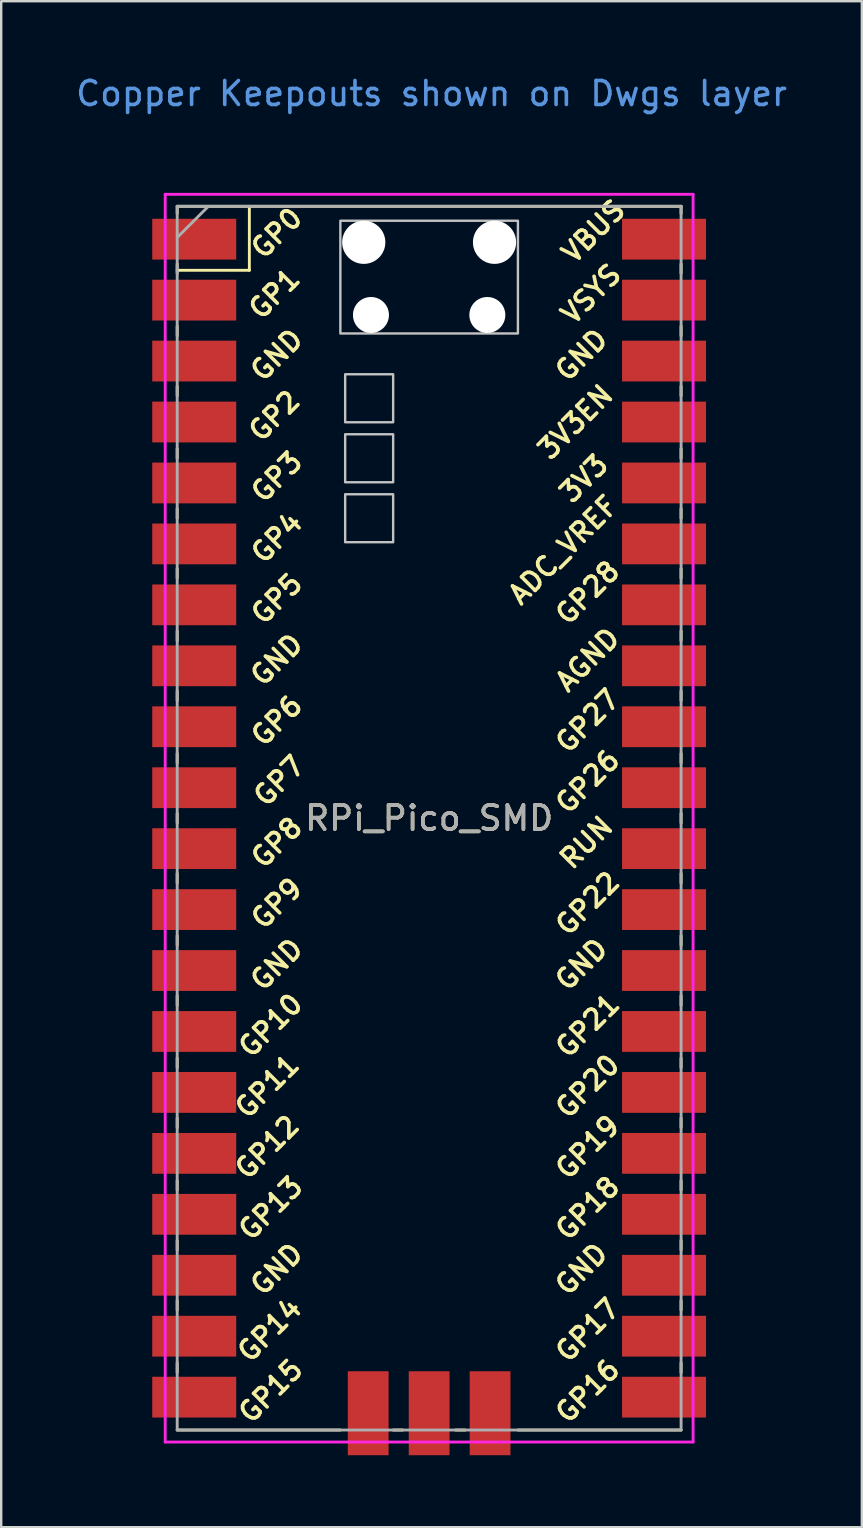
<source format=kicad_pcb>
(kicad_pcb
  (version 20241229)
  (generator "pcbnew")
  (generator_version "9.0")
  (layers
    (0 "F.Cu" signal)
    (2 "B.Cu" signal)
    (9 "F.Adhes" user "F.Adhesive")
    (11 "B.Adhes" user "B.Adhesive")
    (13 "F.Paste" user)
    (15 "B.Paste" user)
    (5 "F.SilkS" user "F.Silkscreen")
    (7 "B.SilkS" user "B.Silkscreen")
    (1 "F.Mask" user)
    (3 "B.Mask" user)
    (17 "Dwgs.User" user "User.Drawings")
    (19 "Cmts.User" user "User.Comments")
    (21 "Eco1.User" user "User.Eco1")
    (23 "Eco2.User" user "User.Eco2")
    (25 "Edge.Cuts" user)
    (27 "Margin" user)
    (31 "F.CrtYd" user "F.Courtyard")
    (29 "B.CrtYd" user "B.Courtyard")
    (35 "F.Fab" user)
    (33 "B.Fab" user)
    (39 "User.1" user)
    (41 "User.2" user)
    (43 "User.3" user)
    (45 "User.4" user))
  (footprint "RPi_Pico_SMD"
    (layer "F.Cu")
    (at 14.835 31.048)
    (property "Reference" "RPi_Pico_SMD" (at 0 0 0) (layer "F.SilkS") (effects (font (size 1 1) (thickness 0.15))))
    (attr through_hole)
    (fp_line (start -10.5 -25.5) (end -10.5 -25.2) (stroke (width 0.12) (type solid)) (layer "F.SilkS"))
    (fp_line (start -10.5 -25.5) (end 10.5 -25.5) (stroke (width 0.12) (type solid)) (layer "F.SilkS"))
    (fp_line (start -10.5 -23.1) (end -10.5 -22.7) (stroke (width 0.12) (type solid)) (layer "F.SilkS"))
    (fp_line (start -10.5 -22.833) (end -7.493 -22.833) (stroke (width 0.12) (type solid)) (layer "F.SilkS"))
    (fp_line (start -10.5 -20.5) (end -10.5 -20.1) (stroke (width 0.12) (type solid)) (layer "F.SilkS"))
    (fp_line (start -10.5 -18) (end -10.5 -17.6) (stroke (width 0.12) (type solid)) (layer "F.SilkS"))
    (fp_line (start -10.5 -15.4) (end -10.5 -15) (stroke (width 0.12) (type solid)) (layer "F.SilkS"))
    (fp_line (start -10.5 -12.9) (end -10.5 -12.5) (stroke (width 0.12) (type solid)) (layer "F.SilkS"))
    (fp_line (start -10.5 -10.4) (end -10.5 -10) (stroke (width 0.12) (type solid)) (layer "F.SilkS"))
    (fp_line (start -10.5 -7.8) (end -10.5 -7.4) (stroke (width 0.12) (type solid)) (layer "F.SilkS"))
    (fp_line (start -10.5 -5.3) (end -10.5 -4.9) (stroke (width 0.12) (type solid)) (layer "F.SilkS"))
    (fp_line (start -10.5 -2.7) (end -10.5 -2.3) (stroke (width 0.12) (type solid)) (layer "F.SilkS"))
    (fp_line (start -10.5 -0.2) (end -10.5 0.2) (stroke (width 0.12) (type solid)) (layer "F.SilkS"))
    (fp_line (start -10.5 2.3) (end -10.5 2.7) (stroke (width 0.12) (type solid)) (layer "F.SilkS"))
    (fp_line (start -10.5 4.9) (end -10.5 5.3) (stroke (width 0.12) (type solid)) (layer "F.SilkS"))
    (fp_line (start -10.5 7.4) (end -10.5 7.8) (stroke (width 0.12) (type solid)) (layer "F.SilkS"))
    (fp_line (start -10.5 10) (end -10.5 10.4) (stroke (width 0.12) (type solid)) (layer "F.SilkS"))
    (fp_line (start -10.5 12.5) (end -10.5 12.9) (stroke (width 0.12) (type solid)) (layer "F.SilkS"))
    (fp_line (start -10.5 15.1) (end -10.5 15.5) (stroke (width 0.12) (type solid)) (layer "F.SilkS"))
    (fp_line (start -10.5 17.6) (end -10.5 18) (stroke (width 0.12) (type solid)) (layer "F.SilkS"))
    (fp_line (start -10.5 20.1) (end -10.5 20.5) (stroke (width 0.12) (type solid)) (layer "F.SilkS"))
    (fp_line (start -10.5 22.7) (end -10.5 23.1) (stroke (width 0.12) (type solid)) (layer "F.SilkS"))
    (fp_line (start -7.493 -22.833) (end -7.493 -25.5) (stroke (width 0.12) (type solid)) (layer "F.SilkS"))
    (fp_line (start -3.7 25.5) (end -10.5 25.5) (stroke (width 0.12) (type solid)) (layer "F.SilkS"))
    (fp_line (start -1.5 25.5) (end -1.1 25.5) (stroke (width 0.12) (type solid)) (layer "F.SilkS"))
    (fp_line (start 1.1 25.5) (end 1.5 25.5) (stroke (width 0.12) (type solid)) (layer "F.SilkS"))
    (fp_line (start 10.5 -25.5) (end 10.5 -25.2) (stroke (width 0.12) (type solid)) (layer "F.SilkS"))
    (fp_line (start 10.5 -23.1) (end 10.5 -22.7) (stroke (width 0.12) (type solid)) (layer "F.SilkS"))
    (fp_line (start 10.5 -20.5) (end 10.5 -20.1) (stroke (width 0.12) (type solid)) (layer "F.SilkS"))
    (fp_line (start 10.5 -18) (end 10.5 -17.6) (stroke (width 0.12) (type solid)) (layer "F.SilkS"))
    (fp_line (start 10.5 -15.4) (end 10.5 -15) (stroke (width 0.12) (type solid)) (layer "F.SilkS"))
    (fp_line (start 10.5 -12.9) (end 10.5 -12.5) (stroke (width 0.12) (type solid)) (layer "F.SilkS"))
    (fp_line (start 10.5 -10.4) (end 10.5 -10) (stroke (width 0.12) (type solid)) (layer "F.SilkS"))
    (fp_line (start 10.5 -7.8) (end 10.5 -7.4) (stroke (width 0.12) (type solid)) (layer "F.SilkS"))
    (fp_line (start 10.5 -5.3) (end 10.5 -4.9) (stroke (width 0.12) (type solid)) (layer "F.SilkS"))
    (fp_line (start 10.5 -2.7) (end 10.5 -2.3) (stroke (width 0.12) (type solid)) (layer "F.SilkS"))
    (fp_line (start 10.5 -0.2) (end 10.5 0.2) (stroke (width 0.12) (type solid)) (layer "F.SilkS"))
    (fp_line (start 10.5 2.3) (end 10.5 2.7) (stroke (width 0.12) (type solid)) (layer "F.SilkS"))
    (fp_line (start 10.5 4.9) (end 10.5 5.3) (stroke (width 0.12) (type solid)) (layer "F.SilkS"))
    (fp_line (start 10.5 7.4) (end 10.5 7.8) (stroke (width 0.12) (type solid)) (layer "F.SilkS"))
    (fp_line (start 10.5 10) (end 10.5 10.4) (stroke (width 0.12) (type solid)) (layer "F.SilkS"))
    (fp_line (start 10.5 12.5) (end 10.5 12.9) (stroke (width 0.12) (type solid)) (layer "F.SilkS"))
    (fp_line (start 10.5 15.1) (end 10.5 15.5) (stroke (width 0.12) (type solid)) (layer "F.SilkS"))
    (fp_line (start 10.5 17.6) (end 10.5 18) (stroke (width 0.12) (type solid)) (layer "F.SilkS"))
    (fp_line (start 10.5 20.1) (end 10.5 20.5) (stroke (width 0.12) (type solid)) (layer "F.SilkS"))
    (fp_line (start 10.5 22.7) (end 10.5 23.1) (stroke (width 0.12) (type solid)) (layer "F.SilkS"))
    (fp_line (start 10.5 25.5) (end 3.7 25.5) (stroke (width 0.12) (type solid)) (layer "F.SilkS"))
    (fp_poly (pts (xy -1.5 -16.5) (xy -3.5 -16.5) (xy -3.5 -18.5) (xy -1.5 -18.5)) (stroke (width 0.1) (type solid)) (fill no) (layer "Dwgs.User"))
    (fp_poly (pts (xy -1.5 -14) (xy -3.5 -14) (xy -3.5 -16) (xy -1.5 -16)) (stroke (width 0.1) (type solid)) (fill no) (layer "Dwgs.User"))
    (fp_poly (pts (xy -1.5 -11.5) (xy -3.5 -11.5) (xy -3.5 -13.5) (xy -1.5 -13.5)) (stroke (width 0.1) (type solid)) (fill no) (layer "Dwgs.User"))
    (fp_poly (pts (xy 3.7 -20.2) (xy -3.7 -20.2) (xy -3.7 -24.9) (xy 3.7 -24.9)) (stroke (width 0.1) (type solid)) (fill no) (layer "Dwgs.User"))
    (fp_line (start -11 -26) (end 11 -26) (stroke (width 0.12) (type solid)) (layer "F.CrtYd"))
    (fp_line (start -11 26) (end -11 -26) (stroke (width 0.12) (type solid)) (layer "F.CrtYd"))
    (fp_line (start 11 -26) (end 11 26) (stroke (width 0.12) (type solid)) (layer "F.CrtYd"))
    (fp_line (start 11 26) (end -11 26) (stroke (width 0.12) (type solid)) (layer "F.CrtYd"))
    (fp_line (start -10.5 -25.5) (end 10.5 -25.5) (stroke (width 0.12) (type solid)) (layer "F.Fab"))
    (fp_line (start -10.5 -24.2) (end -9.2 -25.5) (stroke (width 0.12) (type solid)) (layer "F.Fab"))
    (fp_line (start -10.5 25.5) (end -10.5 -25.5) (stroke (width 0.12) (type solid)) (layer "F.Fab"))
    (fp_line (start 10.5 -25.5) (end 10.5 25.5) (stroke (width 0.12) (type solid)) (layer "F.Fab"))
    (fp_line (start 10.5 25.5) (end -10.5 25.5) (stroke (width 0.12) (type solid)) (layer "F.Fab"))
    (fp_text user "GP11" (at -6.75 11.176 45) (layer "F.SilkS") (effects (font (size 0.8 0.8) (thickness 0.15))))
    (fp_text user "GND" (at 6.35 6.096 45) (layer "F.SilkS") (effects (font (size 0.8 0.8) (thickness 0.15))))
    (fp_text user "GP14" (at -6.65 21.336 45) (layer "F.SilkS") (effects (font (size 0.8 0.8) (thickness 0.15))))
    (fp_text user "GND" (at -6.35 -19.304 45) (layer "F.SilkS") (effects (font (size 0.8 0.8) (thickness 0.15))))
    (fp_text user "GP1" (at -6.45 -21.854 45) (layer "F.SilkS") (effects (font (size 0.8 0.8) (thickness 0.15))))
    (fp_text user "3V3EN" (at 6.096 -16.51 45) (layer "F.SilkS") (effects (font (size 0.8 0.8) (thickness 0.15))))
    (fp_text user "GP27" (at 6.604 -4.054 45) (layer "F.SilkS") (effects (font (size 0.8 0.8) (thickness 0.15))))
    (fp_text user "GP26" (at 6.604 -1.524 45) (layer "F.SilkS") (effects (font (size 0.8 0.8) (thickness 0.15))))
    (fp_text user "GP7" (at -6.25 -1.554 45) (layer "F.SilkS") (effects (font (size 0.8 0.8) (thickness 0.15))))
    (fp_text user "ADC_VREF" (at 5.588 -11.176 45) (layer "F.SilkS") (effects (font (size 0.8 0.8) (thickness 0.15))))
    (fp_text user "GP12" (at -6.75 13.716 45) (layer "F.SilkS") (effects (font (size 0.8 0.8) (thickness 0.15))))
    (fp_text user "VSYS" (at 6.75 -21.844 45) (layer "F.SilkS") (effects (font (size 0.8 0.8) (thickness 0.15))))
    (fp_text user "GP5" (at -6.35 -9.144 45) (layer "F.SilkS") (effects (font (size 0.8 0.8) (thickness 0.15))))
    (fp_text user "GP10" (at -6.604 8.636 45) (layer "F.SilkS") (effects (font (size 0.8 0.8) (thickness 0.15))))
    (fp_text user "GP2" (at -6.45 -16.764 45) (layer "F.SilkS") (effects (font (size 0.8 0.8) (thickness 0.15))))
    (fp_text user "GP15" (at -6.604 23.876 45) (layer "F.SilkS") (effects (font (size 0.8 0.8) (thickness 0.15))))
    (fp_text user "GND" (at -6.35 -6.604 45) (layer "F.SilkS") (effects (font (size 0.8 0.8) (thickness 0.15))))
    (fp_text user "GP9" (at -6.35 3.556 45) (layer "F.SilkS") (effects (font (size 0.8 0.8) (thickness 0.15))))
    (fp_text user "GP18" (at 6.604 16.256 45) (layer "F.SilkS") (effects (font (size 0.8 0.8) (thickness 0.15))))
    (fp_text user "RUN" (at 6.55 1.016 45) (layer "F.SilkS") (effects (font (size 0.8 0.8) (thickness 0.15))))
    (fp_text user "GP4" (at -6.35 -11.684 45) (layer "F.SilkS") (effects (font (size 0.8 0.8) (thickness 0.15))))
    (fp_text user "GP21" (at 6.604 8.646 45) (layer "F.SilkS") (effects (font (size 0.8 0.8) (thickness 0.15))))
    (fp_text user "GP0" (at -6.35 -24.384 45) (layer "F.SilkS") (effects (font (size 0.8 0.8) (thickness 0.15))))
    (fp_text user "AGND" (at 6.604 -6.604 45) (layer "F.SilkS") (effects (font (size 0.8 0.8) (thickness 0.15))))
    (fp_text user "GP16" (at 6.604 23.876 45) (layer "F.SilkS") (effects (font (size 0.8 0.8) (thickness 0.15))))
    (fp_text user "GP19" (at 6.604 13.716 45) (layer "F.SilkS") (effects (font (size 0.8 0.8) (thickness 0.15))))
    (fp_text user "GP8" (at -6.35 1.016 45) (layer "F.SilkS") (effects (font (size 0.8 0.8) (thickness 0.15))))
    (fp_text user "GP20" (at 6.604 11.176 45) (layer "F.SilkS") (effects (font (size 0.8 0.8) (thickness 0.15))))
    (fp_text user "GP17" (at 6.604 21.336 45) (layer "F.SilkS") (effects (font (size 0.8 0.8) (thickness 0.15))))
    (fp_text user "GP28" (at 6.604 -9.398 45) (layer "F.SilkS") (effects (font (size 0.8 0.8) (thickness 0.15))))
    (fp_text user "VBUS" (at 6.85 -24.454 45) (layer "F.SilkS") (effects (font (size 0.8 0.8) (thickness 0.15))))
    (fp_text user "GP13" (at -6.604 16.256 45) (layer "F.SilkS") (effects (font (size 0.8 0.8) (thickness 0.15))))
    (fp_text user "GP6" (at -6.35 -4.064 45) (layer "F.SilkS") (effects (font (size 0.8 0.8) (thickness 0.15))))
    (fp_text user "GND" (at 6.35 -19.304 45) (layer "F.SilkS") (effects (font (size 0.8 0.8) (thickness 0.15))))
    (fp_text user "3V3" (at 6.45 -14.154 45) (layer "F.SilkS") (effects (font (size 0.8 0.8) (thickness 0.15))))
    (fp_text user "GP22" (at 6.604 3.556 45) (layer "F.SilkS") (effects (font (size 0.8 0.8) (thickness 0.15))))
    (fp_text user "GND" (at 6.35 18.796 45) (layer "F.SilkS") (effects (font (size 0.8 0.8) (thickness 0.15))))
    (fp_text user "GND" (at -6.35 6.096 45) (layer "F.SilkS") (effects (font (size 0.8 0.8) (thickness 0.15))))
    (fp_text user "GND" (at -6.35 18.796 45) (layer "F.SilkS") (effects (font (size 0.8 0.8) (thickness 0.15))))
    (fp_text user "GP3" (at -6.35 -14.224 45) (layer "F.SilkS") (effects (font (size 0.8 0.8) (thickness 0.15))))
    (fp_text user "Copper Keepouts shown on Dwgs layer" (at 0.1 -30.2 0) (layer "Cmts.User") (effects (font (size 1 1) (thickness 0.15))))
    (fp_text user "${REFERENCE}" (at 0 0 180) (layer "F.Fab") (effects (font (size 1 1) (thickness 0.15))))
    (pad "" np_thru_hole oval (at -2.725 -24) (size 1.8 1.8) (drill 1.8) (layers "*.Cu" "*.Mask"))
    (pad "" np_thru_hole oval (at -2.425 -20.97) (size 1.5 1.5) (drill 1.5) (layers "*.Cu" "*.Mask"))
    (pad "" np_thru_hole oval (at 2.425 -20.97) (size 1.5 1.5) (drill 1.5) (layers "*.Cu" "*.Mask"))
    (pad "" np_thru_hole oval (at 2.725 -24) (size 1.8 1.8) (drill 1.8) (layers "*.Cu" "*.Mask"))
    (pad "1" smd rect (at -8.89 -24.13) (size 3.5 1.7) (drill (offset -0.9 0)) (layers "F.Cu" "F.Mask"))
    (pad "2" smd rect (at -8.89 -21.59) (size 3.5 1.7) (drill (offset -0.9 0)) (layers "F.Cu" "F.Mask"))
    (pad "3" smd rect (at -8.89 -19.05) (size 3.5 1.7) (drill (offset -0.9 0)) (layers "F.Cu" "F.Mask"))
    (pad "4" smd rect (at -8.89 -16.51) (size 3.5 1.7) (drill (offset -0.9 0)) (layers "F.Cu" "F.Mask"))
    (pad "5" smd rect (at -8.89 -13.97) (size 3.5 1.7) (drill (offset -0.9 0)) (layers "F.Cu" "F.Mask"))
    (pad "6" smd rect (at -8.89 -11.43) (size 3.5 1.7) (drill (offset -0.9 0)) (layers "F.Cu" "F.Mask"))
    (pad "7" smd rect (at -8.89 -8.89) (size 3.5 1.7) (drill (offset -0.9 0)) (layers "F.Cu" "F.Mask"))
    (pad "8" smd rect (at -8.89 -6.35) (size 3.5 1.7) (drill (offset -0.9 0)) (layers "F.Cu" "F.Mask"))
    (pad "9" smd rect (at -8.89 -3.81) (size 3.5 1.7) (drill (offset -0.9 0)) (layers "F.Cu" "F.Mask"))
    (pad "10" smd rect (at -8.89 -1.27) (size 3.5 1.7) (drill (offset -0.9 0)) (layers "F.Cu" "F.Mask"))
    (pad "11" smd rect (at -8.89 1.27) (size 3.5 1.7) (drill (offset -0.9 0)) (layers "F.Cu" "F.Mask"))
    (pad "12" smd rect (at -8.89 3.81) (size 3.5 1.7) (drill (offset -0.9 0)) (layers "F.Cu" "F.Mask"))
    (pad "13" smd rect (at -8.89 6.35) (size 3.5 1.7) (drill (offset -0.9 0)) (layers "F.Cu" "F.Mask"))
    (pad "14" smd rect (at -8.89 8.89) (size 3.5 1.7) (drill (offset -0.9 0)) (layers "F.Cu" "F.Mask"))
    (pad "15" smd rect (at -8.89 11.43) (size 3.5 1.7) (drill (offset -0.9 0)) (layers "F.Cu" "F.Mask"))
    (pad "16" smd rect (at -8.89 13.97) (size 3.5 1.7) (drill (offset -0.9 0)) (layers "F.Cu" "F.Mask"))
    (pad "17" smd rect (at -8.89 16.51) (size 3.5 1.7) (drill (offset -0.9 0)) (layers "F.Cu" "F.Mask"))
    (pad "18" smd rect (at -8.89 19.05) (size 3.5 1.7) (drill (offset -0.9 0)) (layers "F.Cu" "F.Mask"))
    (pad "19" smd rect (at -8.89 21.59) (size 3.5 1.7) (drill (offset -0.9 0)) (layers "F.Cu" "F.Mask"))
    (pad "20" smd rect (at -8.89 24.13) (size 3.5 1.7) (drill (offset -0.9 0)) (layers "F.Cu" "F.Mask"))
    (pad "21" smd rect (at 8.89 24.13) (size 3.5 1.7) (drill (offset 0.9 0)) (layers "F.Cu" "F.Mask"))
    (pad "22" smd rect (at 8.89 21.59) (size 3.5 1.7) (drill (offset 0.9 0)) (layers "F.Cu" "F.Mask"))
    (pad "23" smd rect (at 8.89 19.05) (size 3.5 1.7) (drill (offset 0.9 0)) (layers "F.Cu" "F.Mask"))
    (pad "24" smd rect (at 8.89 16.51) (size 3.5 1.7) (drill (offset 0.9 0)) (layers "F.Cu" "F.Mask"))
    (pad "25" smd rect (at 8.89 13.97) (size 3.5 1.7) (drill (offset 0.9 0)) (layers "F.Cu" "F.Mask"))
    (pad "26" smd rect (at 8.89 11.43) (size 3.5 1.7) (drill (offset 0.9 0)) (layers "F.Cu" "F.Mask"))
    (pad "27" smd rect (at 8.89 8.89) (size 3.5 1.7) (drill (offset 0.9 0)) (layers "F.Cu" "F.Mask"))
    (pad "28" smd rect (at 8.89 6.35) (size 3.5 1.7) (drill (offset 0.9 0)) (layers "F.Cu" "F.Mask"))
    (pad "29" smd rect (at 8.89 3.81) (size 3.5 1.7) (drill (offset 0.9 0)) (layers "F.Cu" "F.Mask"))
    (pad "30" smd rect (at 8.89 1.27) (size 3.5 1.7) (drill (offset 0.9 0)) (layers "F.Cu" "F.Mask"))
    (pad "31" smd rect (at 8.89 -1.27) (size 3.5 1.7) (drill (offset 0.9 0)) (layers "F.Cu" "F.Mask"))
    (pad "32" smd rect (at 8.89 -3.81) (size 3.5 1.7) (drill (offset 0.9 0)) (layers "F.Cu" "F.Mask"))
    (pad "33" smd rect (at 8.89 -6.35) (size 3.5 1.7) (drill (offset 0.9 0)) (layers "F.Cu" "F.Mask"))
    (pad "34" smd rect (at 8.89 -8.89) (size 3.5 1.7) (drill (offset 0.9 0)) (layers "F.Cu" "F.Mask"))
    (pad "35" smd rect (at 8.89 -11.43) (size 3.5 1.7) (drill (offset 0.9 0)) (layers "F.Cu" "F.Mask"))
    (pad "36" smd rect (at 8.89 -13.97) (size 3.5 1.7) (drill (offset 0.9 0)) (layers "F.Cu" "F.Mask"))
    (pad "37" smd rect (at 8.89 -16.51) (size 3.5 1.7) (drill (offset 0.9 0)) (layers "F.Cu" "F.Mask"))
    (pad "38" smd rect (at 8.89 -19.05) (size 3.5 1.7) (drill (offset 0.9 0)) (layers "F.Cu" "F.Mask"))
    (pad "39" smd rect (at 8.89 -21.59) (size 3.5 1.7) (drill (offset 0.9 0)) (layers "F.Cu" "F.Mask"))
    (pad "40" smd rect (at 8.89 -24.13) (size 3.5 1.7) (drill (offset 0.9 0)) (layers "F.Cu" "F.Mask"))
    (pad "41" smd rect (at -2.54 23.9 90) (size 3.5 1.7) (drill (offset -0.9 0)) (layers "F.Cu" "F.Mask"))
    (pad "42" smd rect (at 0 23.9 90) (size 3.5 1.7) (drill (offset -0.9 0)) (layers "F.Cu" "F.Mask"))
    (pad "43" smd rect (at 2.54 23.9 90) (size 3.5 1.7) (drill (offset -0.9 0)) (layers "F.Cu" "F.Mask")))
  (gr_rect
    (start -3 -3)
    (end 32.869 60.598)
    (stroke (width 0.1) (type default))
    (fill no)
    (layer "Edge.Cuts")))
</source>
